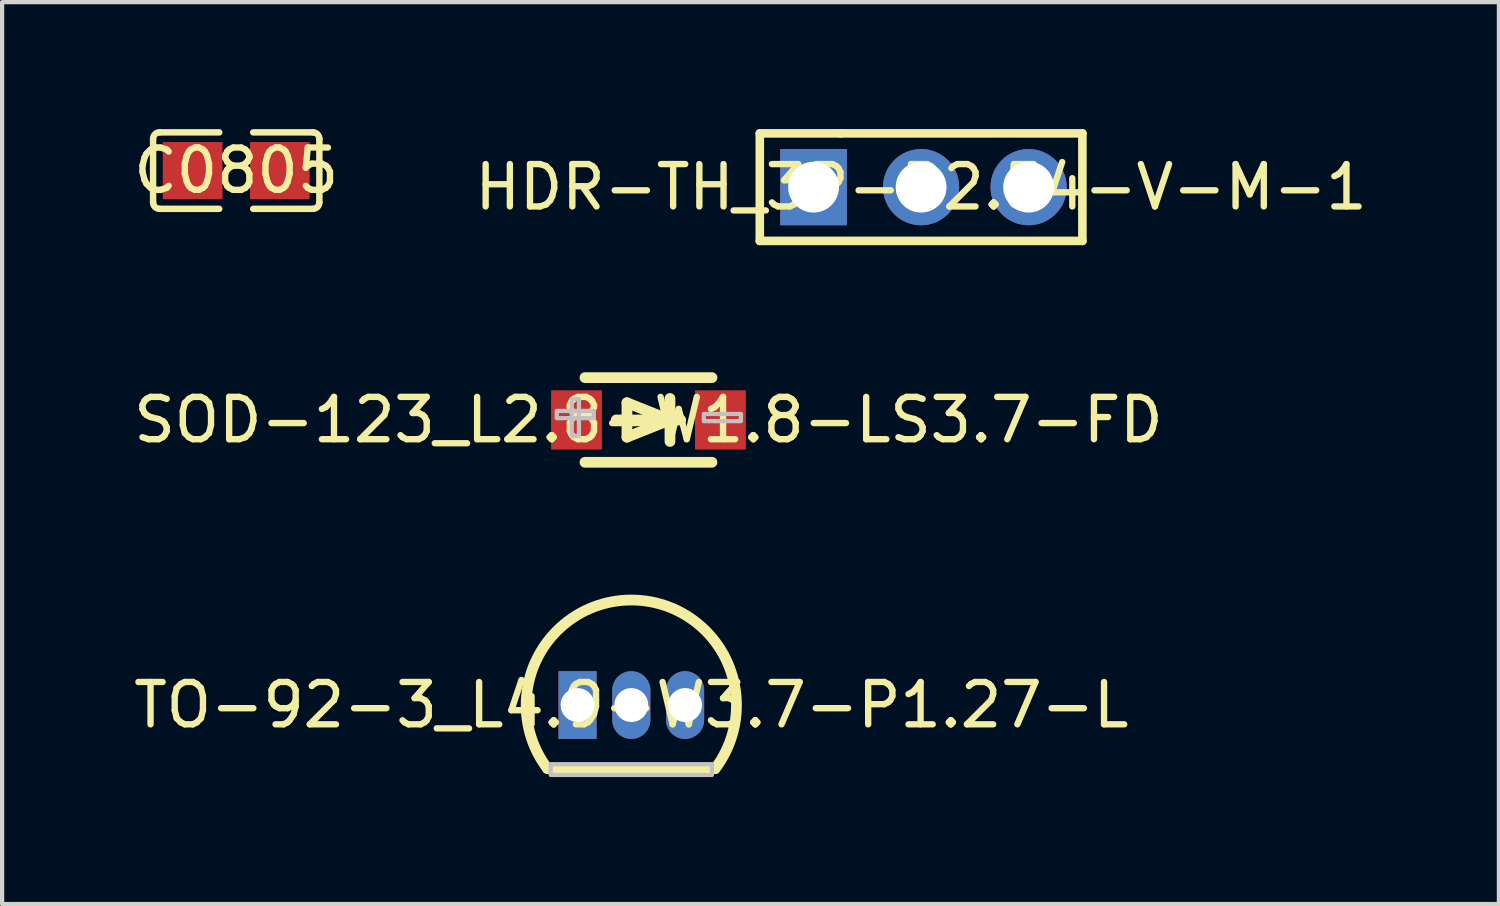
<source format=kicad_pcb>
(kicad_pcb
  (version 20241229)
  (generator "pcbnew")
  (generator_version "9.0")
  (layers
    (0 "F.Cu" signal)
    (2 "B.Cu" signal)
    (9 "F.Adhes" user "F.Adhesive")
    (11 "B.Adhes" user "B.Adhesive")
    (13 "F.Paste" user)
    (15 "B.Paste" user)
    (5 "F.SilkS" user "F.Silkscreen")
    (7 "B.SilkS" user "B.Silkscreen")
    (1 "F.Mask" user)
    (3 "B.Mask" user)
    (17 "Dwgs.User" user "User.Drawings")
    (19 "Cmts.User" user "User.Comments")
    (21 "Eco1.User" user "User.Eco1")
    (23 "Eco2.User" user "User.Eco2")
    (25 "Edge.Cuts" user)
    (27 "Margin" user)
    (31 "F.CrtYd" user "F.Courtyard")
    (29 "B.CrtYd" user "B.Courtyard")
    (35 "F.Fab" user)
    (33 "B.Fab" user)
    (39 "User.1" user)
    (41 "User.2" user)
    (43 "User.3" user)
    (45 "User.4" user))
  (footprint "C0805"
    (layer "F.Cu")
    (at 2.53 0.98)
    (property "Reference" "C0805" (at 0 0 0) (layer "F.SilkS") (effects (font (size 1 1) (thickness 0.15))))
    (fp_line (start -1.964 0.751) (end -1.964 -0.751) (stroke (width 0.152) (type default)) (layer "F.SilkS"))
    (fp_line (start -1.811 -0.903) (end -0.401 -0.903) (stroke (width 0.152) (type default)) (layer "F.SilkS"))
    (fp_line (start -0.401 0.903) (end -1.811 0.903) (stroke (width 0.152) (type default)) (layer "F.SilkS"))
    (fp_line (start 0.401 0.903) (end 1.811 0.903) (stroke (width 0.152) (type default)) (layer "F.SilkS"))
    (fp_line (start 1.811 -0.903) (end 0.401 -0.903) (stroke (width 0.152) (type default)) (layer "F.SilkS"))
    (fp_line (start 1.964 0.751) (end 1.964 -0.751) (stroke (width 0.152) (type default)) (layer "F.SilkS"))
    (fp_arc (start -1.9635 -0.751) (mid -1.918834 -0.858834) (end -1.811 -0.9035) (stroke (width 0.1525) (type default)) (layer "F.SilkS"))
    (fp_arc (start -1.811 0.9035) (mid -1.918834 0.858834) (end -1.9635 0.751) (stroke (width 0.1525) (type default)) (layer "F.SilkS"))
    (fp_arc (start 1.811 -0.9035) (mid 1.918834 -0.858834) (end 1.9635 -0.751) (stroke (width 0.1525) (type default)) (layer "F.SilkS"))
    (fp_arc (start 1.9635 0.751) (mid 1.918834 0.858834) (end 1.811 0.9035) (stroke (width 0.1525) (type default)) (layer "F.SilkS"))
    (fp_poly (pts (xy -1.675 0.62) (xy -1.675 -0.66) (xy -1.625 -0.71) (xy -0.475 -0.71) (xy -0.425 -0.66) (xy -0.42 -0.25) (xy -0.87 -0.25) (xy -0.87 0.2) (xy -0.43 0.2) (xy -0.425 0.62) (xy -0.475 0.67) (xy -1.625 0.67)) (stroke (width 0) (type default)) (fill yes) (layer "F.Paste"))
    (fp_poly (pts (xy 0.475 0.62) (xy 0.475 0.2) (xy 0.92 0.2) (xy 0.92 -0.25) (xy 0.48 -0.25) (xy 0.475 -0.66) (xy 0.525 -0.71) (xy 1.675 -0.71) (xy 1.725 -0.66) (xy 1.725 0.62) (xy 1.675 0.67) (xy 0.525 0.67)) (stroke (width 0) (type default)) (fill yes) (layer "F.Paste"))
    (fp_poly (pts (xy -1 0.625) (xy -1 -0.625) (xy -0.5 -0.625) (xy -0.5 0.625)) (stroke (width 0.1) (type default)) (fill no) (layer "User.1"))
    (fp_poly (pts (xy 1 -0.625) (xy 1 0.625) (xy 0.5 0.625) (xy 0.5 -0.625)) (stroke (width 0.1) (type default)) (fill no) (layer "User.1"))
    (fp_line (start -1 -0.625) (end 1 -0.625) (stroke (width 0.051) (type default)) (layer "User.2"))
    (fp_line (start -1 0.625) (end -1 -0.625) (stroke (width 0.051) (type default)) (layer "User.2"))
    (fp_line (start 1 -0.625) (end 1 0.625) (stroke (width 0.051) (type default)) (layer "User.2"))
    (fp_line (start 1 0.625) (end -1 0.625) (stroke (width 0.051) (type default)) (layer "User.2"))
    (fp_poly (pts (xy -0.94 0.625) (xy -0.958 0.583) (xy -1 0.565) (xy -1.042 0.583) (xy -1.06 0.625) (xy -1.042 0.667) (xy -1 0.685) (xy -0.958 0.667)) (stroke (width 0.1) (type default)) (fill no) (layer "User.3"))
    (pad "1" smd rect (at -1.03 0) (size 1.41 1.35) (layers "F.Cu" "F.Mask" "F.Paste"))
    (pad "2" smd rect (at 1.03 0) (size 1.41 1.35) (layers "F.Cu" "F.Mask" "F.Paste")))
  (footprint "HDR-TH_3P-P2.54-V-M-1"
    (layer "F.Cu")
    (at 18.708 1.371)
    (property "Reference" "HDR-TH_3P-P2.54-V-M-1" (at 0 0 0) (layer "F.SilkS") (effects (font (size 1 1) (thickness 0.15))))
    (fp_line (start -3.81 -1.27) (end -3.81 1.27) (stroke (width 0.203) (type default)) (layer "F.SilkS"))
    (fp_line (start -3.81 1.27) (end 3.81 1.27) (stroke (width 0.203) (type default)) (layer "F.SilkS"))
    (fp_line (start -1.905 -1.27) (end -3.81 -1.27) (stroke (width 0.203) (type default)) (layer "F.SilkS"))
    (fp_line (start 3.81 -1.27) (end -1.905 -1.27) (stroke (width 0.203) (type default)) (layer "F.SilkS"))
    (fp_line (start 3.81 1.27) (end 3.81 -1.27) (stroke (width 0.203) (type default)) (layer "F.SilkS"))
    (fp_poly (pts (xy -2.86 -0.32) (xy -2.22 -0.32) (xy -2.22 0.32) (xy -2.86 0.32)) (stroke (width 0.1) (type default)) (fill no) (layer "User.1"))
    (fp_poly (pts (xy -0.32 -0.32) (xy 0.32 -0.32) (xy 0.32 0.32) (xy -0.32 0.32)) (stroke (width 0.1) (type default)) (fill no) (layer "User.1"))
    (fp_poly (pts (xy 2.22 -0.32) (xy 2.86 -0.32) (xy 2.86 0.32) (xy 2.22 0.32)) (stroke (width 0.1) (type default)) (fill no) (layer "User.1"))
    (fp_line (start -3.81 -1.25) (end 3.81 -1.25) (stroke (width 0.051) (type default)) (layer "User.2"))
    (fp_line (start -3.81 1.25) (end -3.81 -1.25) (stroke (width 0.051) (type default)) (layer "User.2"))
    (fp_line (start 3.81 -1.25) (end 3.81 1.25) (stroke (width 0.051) (type default)) (layer "User.2"))
    (fp_line (start 3.81 1.25) (end -3.81 1.25) (stroke (width 0.051) (type default)) (layer "User.2"))
    (fp_poly (pts (xy -3.75 1.25) (xy -3.768 1.208) (xy -3.81 1.19) (xy -3.852 1.208) (xy -3.87 1.25) (xy -3.852 1.292) (xy -3.81 1.31) (xy -3.768 1.292)) (stroke (width 0.1) (type default)) (fill no) (layer "User.3"))
    (pad "1" thru_hole rect (at -2.54 0) (size 1.575 1.8) (drill 1.2) (layers "*.Cu" "*.Mask"))
    (pad "2" thru_hole circle (at 0 0) (size 1.8 1.8) (drill 1.2) (layers "*.Cu" "*.Mask"))
    (pad "3" thru_hole circle (at 2.54 0) (size 1.8 1.8) (drill 1.2) (layers "*.Cu" "*.Mask")))
  (footprint "TO-92-3_L4.9-W3.7-P1.27-L"
    (layer "F.Cu")
    (at 11.863 13.605)
    (property "Reference" "TO-92-3_L4.9-W3.7-P1.27-L" (at 0 0 0) (layer "F.SilkS") (effects (font (size 1 1) (thickness 0.15))))
    (fp_line (start 1.98 1.5) (end -1.98 1.5) (stroke (width 0.254) (type default)) (layer "F.SilkS"))
    (fp_arc (start -1.981 1.501) (mid 0 -2.481421) (end 1.981 1.501) (stroke (width 0.254) (type default)) (layer "F.SilkS"))
    (fp_poly (pts (xy -1.905 1.397) (xy 1.905 1.397) (xy 1.905 1.651) (xy -1.905 1.651)) (stroke (width 0.1) (type default)) (fill no) (layer "Dwgs.User"))
    (fp_poly (pts (xy -1.045 0) (xy -1.062 -0.086) (xy -1.111 -0.159) (xy -1.184 -0.208) (xy -1.27 -0.225) (xy -1.356 -0.208) (xy -1.429 -0.159) (xy -1.478 -0.086) (xy -1.495 0) (xy -1.478 0.086) (xy -1.429 0.159) (xy -1.356 0.208) (xy -1.27 0.225) (xy -1.184 0.208) (xy -1.111 0.159) (xy -1.062 0.086)) (stroke (width 0.1) (type default)) (fill no) (layer "User.1"))
    (fp_poly (pts (xy 0.225 0) (xy 0.208 -0.086) (xy 0.159 -0.159) (xy 0.086 -0.208) (xy 0 -0.225) (xy -0.086 -0.208) (xy -0.159 -0.159) (xy -0.208 -0.086) (xy -0.225 0) (xy -0.208 0.086) (xy -0.159 0.159) (xy -0.086 0.208) (xy 0 0.225) (xy 0.086 0.208) (xy 0.159 0.159) (xy 0.208 0.086)) (stroke (width 0.1) (type default)) (fill no) (layer "User.1"))
    (fp_poly (pts (xy 1.495 0) (xy 1.478 -0.086) (xy 1.429 -0.159) (xy 1.356 -0.208) (xy 1.27 -0.225) (xy 1.184 -0.208) (xy 1.111 -0.159) (xy 1.062 -0.086) (xy 1.045 0) (xy 1.062 0.086) (xy 1.111 0.159) (xy 1.184 0.208) (xy 1.27 0.225) (xy 1.356 0.208) (xy 1.429 0.159) (xy 1.478 0.086)) (stroke (width 0.1) (type default)) (fill no) (layer "User.1"))
    (fp_line (start -2.484 0) (end -2.466 0.207) (stroke (width 0.051) (type default)) (layer "User.2"))
    (fp_line (start -2.481 -0.124) (end -2.481 -0.003) (stroke (width 0.051) (type default)) (layer "User.2"))
    (fp_line (start -2.466 0.207) (end -2.442 0.406) (stroke (width 0.051) (type default)) (layer "User.2"))
    (fp_line (start -2.442 0.406) (end -2.399 0.598) (stroke (width 0.051) (type default)) (layer "User.2"))
    (fp_line (start -2.399 0.598) (end -2.341 0.79) (stroke (width 0.051) (type default)) (layer "User.2"))
    (fp_line (start -2.341 0.79) (end -2.265 0.986) (stroke (width 0.051) (type default)) (layer "User.2"))
    (fp_line (start -2.265 0.986) (end -2.181 1.155) (stroke (width 0.051) (type default)) (layer "User.2"))
    (fp_line (start -2.181 1.155) (end -1.98 1.5) (stroke (width 0.051) (type default)) (layer "User.2"))
    (fp_line (start -1.98 1.5) (end 1.98 1.5) (stroke (width 0.051) (type default)) (layer "User.2"))
    (fp_line (start 0.124 -2.478) (end -0.127 -2.478) (stroke (width 0.051) (type default)) (layer "User.2"))
    (fp_line (start 1.98 1.5) (end 2.189 1.157) (stroke (width 0.051) (type default)) (layer "User.2"))
    (fp_line (start 2.189 1.157) (end 2.342 0.795) (stroke (width 0.051) (type default)) (layer "User.2"))
    (fp_line (start 2.342 0.795) (end 2.457 0.398) (stroke (width 0.051) (type default)) (layer "User.2"))
    (fp_line (start 2.457 0.398) (end 2.484 0) (stroke (width 0.051) (type default)) (layer "User.2"))
    (fp_line (start 2.484 0) (end 2.484 -0.118) (stroke (width 0.051) (type default)) (layer "User.2"))
    (fp_arc (start -2.481 -0.124) (mid -1.791383 -1.788883) (end -0.1265 -2.478) (stroke (width 0.051) (type default)) (layer "User.2"))
    (fp_arc (start -2.481 -0.003) (mid -2.481879 -0.000879) (end -2.484 0) (stroke (width 0.051) (type default)) (layer "User.2"))
    (fp_arc (start 0.124 -2.478) (mid 1.792772 -1.786772) (end 2.484 -0.118) (stroke (width 0.051) (type default)) (layer "User.2"))
    (fp_poly (pts (xy -2.424 1.5) (xy -2.442 1.458) (xy -2.484 1.44) (xy -2.526 1.458) (xy -2.544 1.5) (xy -2.526 1.542) (xy -2.484 1.56) (xy -2.442 1.542)) (stroke (width 0.1) (type default)) (fill no) (layer "User.3"))
    (pad "1" thru_hole rect (at -1.27 0) (size 0.9 1.6) (drill 0.8) (layers "*.Cu" "*.Mask"))
    (pad "2" thru_hole oval (at 0 0) (size 0.9 1.6) (drill 0.8) (layers "*.Cu" "*.Mask"))
    (pad "3" thru_hole oval (at 1.27 0) (size 0.9 1.6) (drill 0.8) (layers "*.Cu" "*.Mask")))
  (footprint "SOD-123_L2.8-W1.8-LS3.7-FD"
    (layer "F.Cu")
    (at 12.268 6.87)
    (property "Reference" "SOD-123_L2.8-W1.8-LS3.7-FD" (at 0 0 0) (layer "F.SilkS") (effects (font (size 1 1) (thickness 0.15))))
    (fp_line (start -1.5 -1) (end 1.5 -1) (stroke (width 0.254) (type default)) (layer "F.SilkS"))
    (fp_line (start -1.5 1) (end 1.5 1) (stroke (width 0.254) (type default)) (layer "F.SilkS"))
    (fp_line (start -0.508 -0.406) (end 0.508 0) (stroke (width 0.254) (type default)) (layer "F.SilkS"))
    (fp_line (start -0.508 0.406) (end -0.508 -0.406) (stroke (width 0.254) (type default)) (layer "F.SilkS"))
    (fp_line (start 0.508 0) (end -0.508 0.406) (stroke (width 0.254) (type default)) (layer "F.SilkS"))
    (fp_line (start 0.508 0.508) (end 0.508 -0.508) (stroke (width 0.254) (type default)) (layer "F.SilkS"))
    (fp_line (start 0.762 0) (end -0.762 0) (stroke (width 0.254) (type default)) (layer "F.SilkS"))
    (fp_poly (pts (xy -2.166 -0.213) (xy -1.291 -0.213) (xy -1.291 -0.043) (xy -2.166 -0.043) (xy -2.166 -0.053)) (stroke (width 0.1) (type default)) (fill no) (layer "Dwgs.User"))
    (fp_poly (pts (xy -1.812 0.378) (xy -1.812 -0.497) (xy -1.643 -0.497) (xy -1.643 0.378) (xy -1.652 0.378)) (stroke (width 0.1) (type default)) (fill no) (layer "Dwgs.User"))
    (fp_poly (pts (xy 1.308 -0.141) (xy 2.183 -0.141) (xy 2.183 0.028) (xy 1.308 0.028) (xy 1.308 0.019)) (stroke (width 0.1) (type default)) (fill no) (layer "Dwgs.User"))
    (fp_poly (pts (xy -1.85 -0.5) (xy -1.25 -0.5) (xy -1.25 0.5) (xy -1.85 0.5)) (stroke (width 0.1) (type default)) (fill no) (layer "User.1"))
    (fp_poly (pts (xy 1.25 -0.5) (xy 1.85 -0.5) (xy 1.85 0.5) (xy 1.25 0.5)) (stroke (width 0.1) (type default)) (fill no) (layer "User.1"))
    (fp_line (start -1.35 -0.9) (end 1.35 -0.9) (stroke (width 0.051) (type default)) (layer "User.2"))
    (fp_line (start -1.35 0.9) (end -1.35 -0.9) (stroke (width 0.051) (type default)) (layer "User.2"))
    (fp_line (start 1.35 -0.9) (end 1.35 0.9) (stroke (width 0.051) (type default)) (layer "User.2"))
    (fp_line (start 1.35 0.9) (end -1.35 0.9) (stroke (width 0.051) (type default)) (layer "User.2"))
    (fp_poly (pts (xy -1.79 0.9) (xy -1.808 0.858) (xy -1.85 0.84) (xy -1.892 0.858) (xy -1.91 0.9) (xy -1.892 0.942) (xy -1.85 0.96) (xy -1.808 0.942)) (stroke (width 0.1) (type default)) (fill no) (layer "User.3"))
    (pad "1" smd rect (at -1.7 0) (size 1.2 1.4) (layers "F.Cu" "F.Mask" "F.Paste"))
    (pad "2" smd rect (at 1.7 0) (size 1.2 1.4) (layers "F.Cu" "F.Mask" "F.Paste")))
  (gr_rect
    (start -3 -3)
    (end 32.357 18.306)
    (stroke (width 0.1) (type default))
    (fill no)
    (layer "Edge.Cuts")))
</source>
